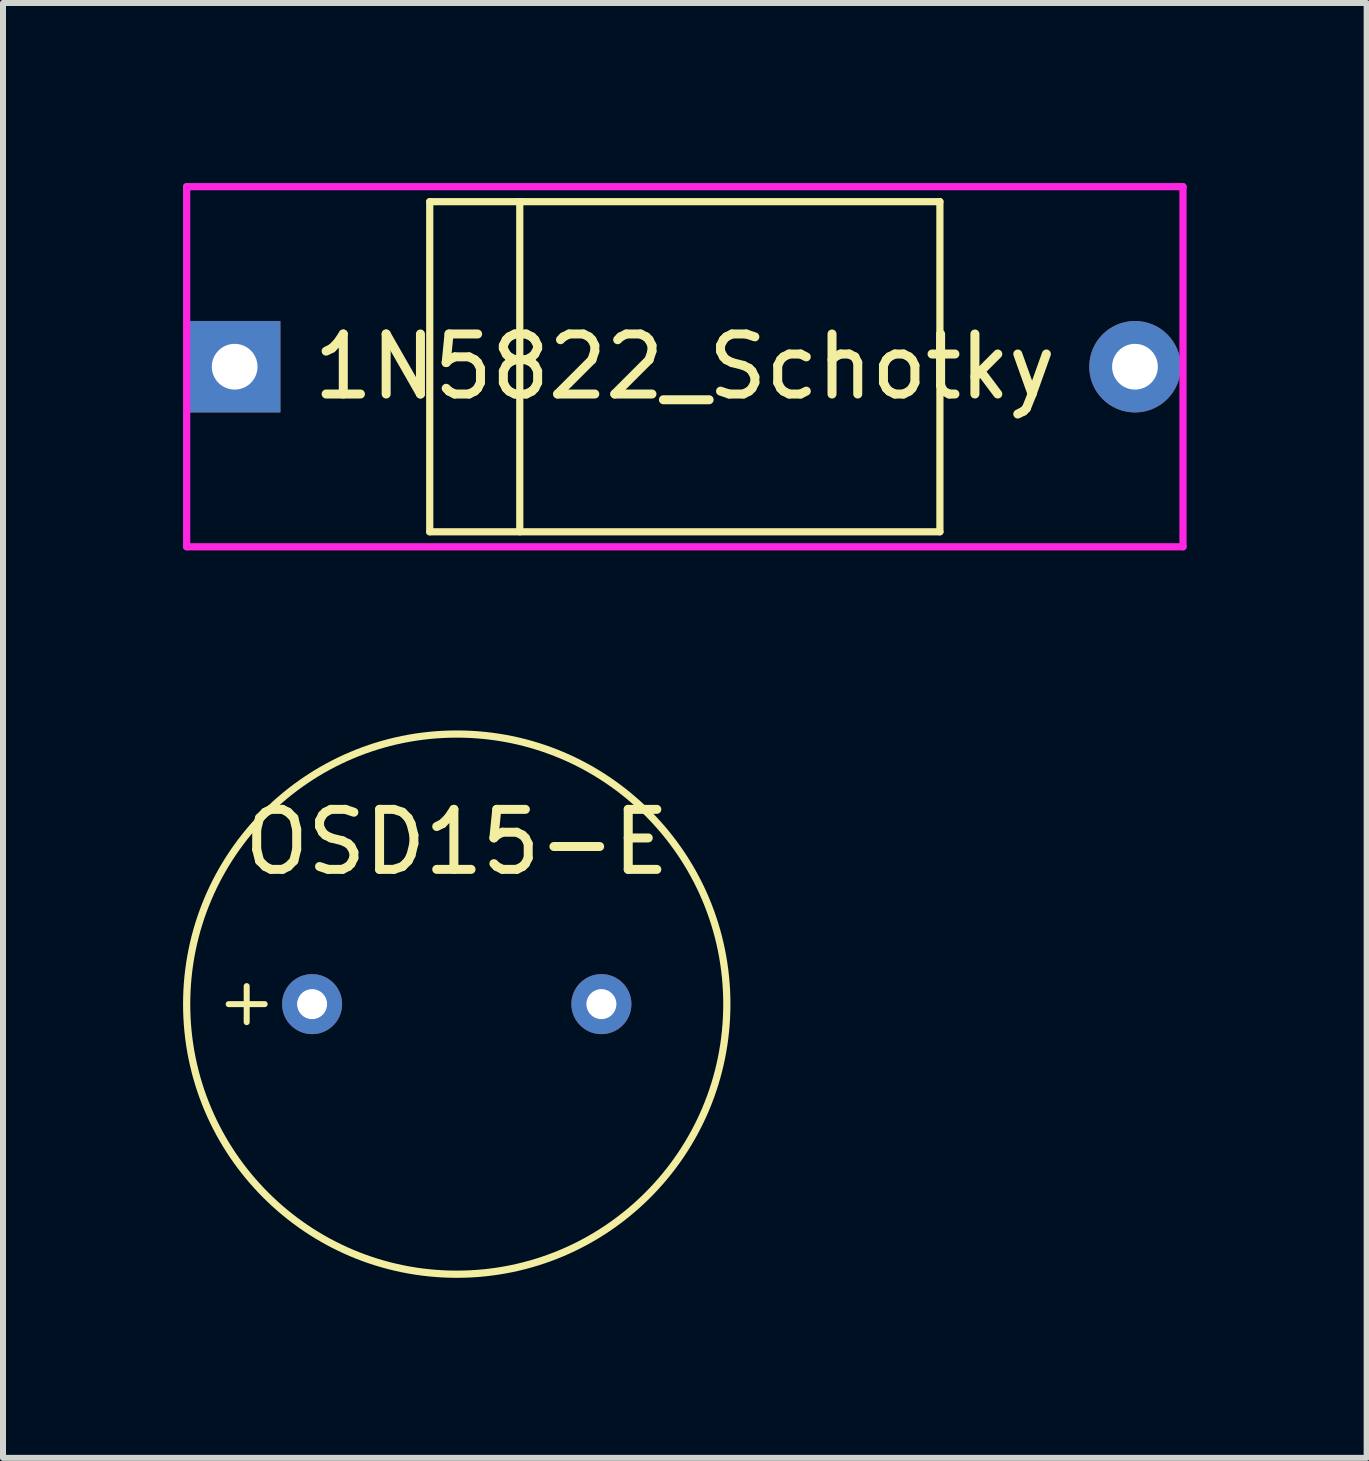
<source format=kicad_pcb>
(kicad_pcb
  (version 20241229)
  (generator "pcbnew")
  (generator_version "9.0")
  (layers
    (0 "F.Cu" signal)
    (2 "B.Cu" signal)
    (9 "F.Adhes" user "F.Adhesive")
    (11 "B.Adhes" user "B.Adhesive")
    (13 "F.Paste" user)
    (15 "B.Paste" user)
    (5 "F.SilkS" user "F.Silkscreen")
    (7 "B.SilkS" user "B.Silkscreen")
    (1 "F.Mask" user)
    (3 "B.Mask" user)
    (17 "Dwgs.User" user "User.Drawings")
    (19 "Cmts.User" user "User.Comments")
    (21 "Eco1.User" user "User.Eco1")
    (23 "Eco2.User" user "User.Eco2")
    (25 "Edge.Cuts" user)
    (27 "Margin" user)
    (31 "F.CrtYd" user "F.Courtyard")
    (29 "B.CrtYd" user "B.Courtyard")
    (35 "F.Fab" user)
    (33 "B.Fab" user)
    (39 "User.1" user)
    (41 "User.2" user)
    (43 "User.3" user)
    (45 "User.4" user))
  (footprint "OSD15-E"
    (layer "F.Cu")
    (at 4.56 13.68)
    (property "Reference" "OSD15-E" (at 0 -2.7 0) (layer "F.SilkS") (effects (font (size 1 1) (thickness 0.15))))
    (attr through_hole)
    (fp_line (start -3.8 0) (end -3.5 0) (stroke (width 0.1) (type solid)) (layer "F.SilkS"))
    (fp_line (start -3.5 0) (end -3.5 -0.3) (stroke (width 0.1) (type solid)) (layer "F.SilkS"))
    (fp_line (start -3.5 0) (end -3.2 0) (stroke (width 0.1) (type solid)) (layer "F.SilkS"))
    (fp_line (start -3.5 0.3) (end -3.5 0) (stroke (width 0.1) (type solid)) (layer "F.SilkS"))
    (fp_circle (center 0 0) (end 4.5 0) (stroke (width 0.12) (type solid)) (fill no) (layer "F.SilkS"))
    (pad "1" thru_hole circle (at -2.41 0) (size 1 1) (drill 0.5) (layers "*.Cu" "*.Mask"))
    (pad "2" thru_hole circle (at 2.41 0) (size 1 1) (drill 0.5) (layers "*.Cu" "*.Mask")))
  (footprint "1N5822_Schotky"
    (layer "F.Cu")
    (at 8.36 3.06)
    (property "Reference" "1N5822_Schotky" (at 0 0 0) (layer "F.SilkS") (effects (font (size 1 1) (thickness 0.15))))
    (attr through_hole)
    (fp_line (start -4.25 -2.75) (end 4.25 -2.75) (stroke (width 0.12) (type solid)) (layer "F.SilkS"))
    (fp_line (start -4.25 2.75) (end -4.25 -2.75) (stroke (width 0.12) (type solid)) (layer "F.SilkS"))
    (fp_line (start -4.25 2.75) (end 4.25 2.75) (stroke (width 0.12) (type solid)) (layer "F.SilkS"))
    (fp_line (start -2.75 -2.75) (end -2.75 2.75) (stroke (width 0.12) (type solid)) (layer "F.SilkS"))
    (fp_line (start 4.25 -2.75) (end 4.25 2.75) (stroke (width 0.12) (type solid)) (layer "F.SilkS"))
    (fp_line (start -8.3 -3) (end -8.3 3) (stroke (width 0.12) (type solid)) (layer "F.CrtYd"))
    (fp_line (start -8.3 -3) (end 8.3 -3) (stroke (width 0.12) (type solid)) (layer "F.CrtYd"))
    (fp_line (start -8.3 3) (end 8.3 3) (stroke (width 0.12) (type solid)) (layer "F.CrtYd"))
    (fp_line (start 8.3 -3) (end 8.3 3) (stroke (width 0.12) (type solid)) (layer "F.CrtYd"))
    (pad "1" thru_hole rect (at -7.5 0) (size 1.524 1.524) (drill 0.762) (layers "*.Cu" "*.Mask"))
    (pad "2" thru_hole circle (at 7.5 0) (size 1.524 1.524) (drill 0.762) (layers "*.Cu" "*.Mask")))
  (gr_rect
    (start -3 -3)
    (end 19.72 21.24)
    (stroke (width 0.1) (type default))
    (fill no)
    (layer "Edge.Cuts")))
</source>
